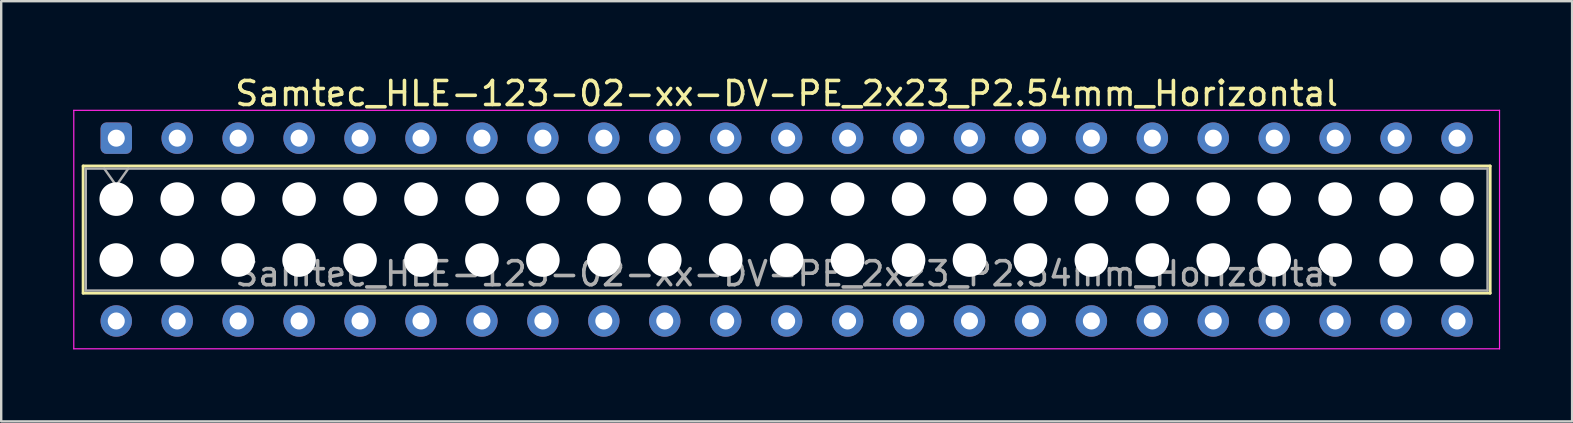
<source format=kicad_pcb>
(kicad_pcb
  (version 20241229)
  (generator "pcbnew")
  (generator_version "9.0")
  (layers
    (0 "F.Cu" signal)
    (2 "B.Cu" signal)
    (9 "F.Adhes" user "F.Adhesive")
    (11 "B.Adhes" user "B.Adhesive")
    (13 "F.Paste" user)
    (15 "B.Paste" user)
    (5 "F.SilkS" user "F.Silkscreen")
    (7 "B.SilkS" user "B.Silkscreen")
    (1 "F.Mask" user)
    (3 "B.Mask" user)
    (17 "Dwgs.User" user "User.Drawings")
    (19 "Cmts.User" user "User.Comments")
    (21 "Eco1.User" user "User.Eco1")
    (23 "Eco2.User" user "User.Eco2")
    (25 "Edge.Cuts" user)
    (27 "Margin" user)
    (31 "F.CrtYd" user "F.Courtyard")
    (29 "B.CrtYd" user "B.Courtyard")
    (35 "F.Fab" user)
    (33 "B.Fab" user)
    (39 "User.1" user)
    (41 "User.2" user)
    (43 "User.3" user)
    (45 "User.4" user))
  (footprint "Samtec_HLE-123-02-xx-DV-PE_2x23_P2.54mm_Horizontal"
    (layer "F.Cu")
    (at 1.795 2.708)
    (property "Reference" "Samtec_HLE-123-02-xx-DV-PE_2x23_P2.54mm_Horizontal" (at 27.94 -1.86 0) (layer "F.SilkS") (effects (font (size 1 1) (thickness 0.15))))
    (attr through_hole)
    (fp_line (start -1.38 1.16) (end 57.26 1.16) (stroke (width 0.12) (type solid)) (layer "F.SilkS"))
    (fp_line (start -1.38 6.46) (end -1.38 1.16) (stroke (width 0.12) (type solid)) (layer "F.SilkS"))
    (fp_line (start 57.26 1.16) (end 57.26 6.46) (stroke (width 0.12) (type solid)) (layer "F.SilkS"))
    (fp_line (start 57.26 6.46) (end -1.38 6.46) (stroke (width 0.12) (type solid)) (layer "F.SilkS"))
    (fp_line (start -1.77 -1.16) (end 57.65 -1.16) (stroke (width 0.05) (type solid)) (layer "F.CrtYd"))
    (fp_line (start -1.77 8.78) (end -1.77 -1.16) (stroke (width 0.05) (type solid)) (layer "F.CrtYd"))
    (fp_line (start 57.65 -1.16) (end 57.65 8.78) (stroke (width 0.05) (type solid)) (layer "F.CrtYd"))
    (fp_line (start 57.65 8.78) (end -1.77 8.78) (stroke (width 0.05) (type solid)) (layer "F.CrtYd"))
    (fp_line (start -1.27 1.27) (end 57.15 1.27) (stroke (width 0.1) (type solid)) (layer "F.Fab"))
    (fp_line (start -1.27 6.35) (end -1.27 1.27) (stroke (width 0.1) (type solid)) (layer "F.Fab"))
    (fp_line (start -0.5 1.27) (end 0 1.977) (stroke (width 0.1) (type solid)) (layer "F.Fab"))
    (fp_line (start 0 1.977) (end 0.5 1.27) (stroke (width 0.1) (type solid)) (layer "F.Fab"))
    (fp_line (start 57.15 1.27) (end 57.15 6.35) (stroke (width 0.1) (type solid)) (layer "F.Fab"))
    (fp_line (start 57.15 6.35) (end -1.27 6.35) (stroke (width 0.1) (type solid)) (layer "F.Fab"))
    (fp_text user "${REFERENCE}" (at 27.94 5.65 0) (layer "F.Fab") (effects (font (size 1 1) (thickness 0.15))))
    (pad "" np_thru_hole circle (at 0 2.54) (size 1.4 1.4) (drill 1.4) (layers "*.Cu" "*.Mask"))
    (pad "" np_thru_hole circle (at 0 5.08) (size 1.4 1.4) (drill 1.4) (layers "*.Cu" "*.Mask"))
    (pad "" np_thru_hole circle (at 2.54 2.54) (size 1.4 1.4) (drill 1.4) (layers "*.Cu" "*.Mask"))
    (pad "" np_thru_hole circle (at 2.54 5.08) (size 1.4 1.4) (drill 1.4) (layers "*.Cu" "*.Mask"))
    (pad "" np_thru_hole circle (at 5.08 2.54) (size 1.4 1.4) (drill 1.4) (layers "*.Cu" "*.Mask"))
    (pad "" np_thru_hole circle (at 5.08 5.08) (size 1.4 1.4) (drill 1.4) (layers "*.Cu" "*.Mask"))
    (pad "" np_thru_hole circle (at 7.62 2.54) (size 1.4 1.4) (drill 1.4) (layers "*.Cu" "*.Mask"))
    (pad "" np_thru_hole circle (at 7.62 5.08) (size 1.4 1.4) (drill 1.4) (layers "*.Cu" "*.Mask"))
    (pad "" np_thru_hole circle (at 10.16 2.54) (size 1.4 1.4) (drill 1.4) (layers "*.Cu" "*.Mask"))
    (pad "" np_thru_hole circle (at 10.16 5.08) (size 1.4 1.4) (drill 1.4) (layers "*.Cu" "*.Mask"))
    (pad "" np_thru_hole circle (at 12.7 2.54) (size 1.4 1.4) (drill 1.4) (layers "*.Cu" "*.Mask"))
    (pad "" np_thru_hole circle (at 12.7 5.08) (size 1.4 1.4) (drill 1.4) (layers "*.Cu" "*.Mask"))
    (pad "" np_thru_hole circle (at 15.24 2.54) (size 1.4 1.4) (drill 1.4) (layers "*.Cu" "*.Mask"))
    (pad "" np_thru_hole circle (at 15.24 5.08) (size 1.4 1.4) (drill 1.4) (layers "*.Cu" "*.Mask"))
    (pad "" np_thru_hole circle (at 17.78 2.54) (size 1.4 1.4) (drill 1.4) (layers "*.Cu" "*.Mask"))
    (pad "" np_thru_hole circle (at 17.78 5.08) (size 1.4 1.4) (drill 1.4) (layers "*.Cu" "*.Mask"))
    (pad "" np_thru_hole circle (at 20.32 2.54) (size 1.4 1.4) (drill 1.4) (layers "*.Cu" "*.Mask"))
    (pad "" np_thru_hole circle (at 20.32 5.08) (size 1.4 1.4) (drill 1.4) (layers "*.Cu" "*.Mask"))
    (pad "" np_thru_hole circle (at 22.86 2.54) (size 1.4 1.4) (drill 1.4) (layers "*.Cu" "*.Mask"))
    (pad "" np_thru_hole circle (at 22.86 5.08) (size 1.4 1.4) (drill 1.4) (layers "*.Cu" "*.Mask"))
    (pad "" np_thru_hole circle (at 25.4 2.54) (size 1.4 1.4) (drill 1.4) (layers "*.Cu" "*.Mask"))
    (pad "" np_thru_hole circle (at 25.4 5.08) (size 1.4 1.4) (drill 1.4) (layers "*.Cu" "*.Mask"))
    (pad "" np_thru_hole circle (at 27.94 2.54) (size 1.4 1.4) (drill 1.4) (layers "*.Cu" "*.Mask"))
    (pad "" np_thru_hole circle (at 27.94 5.08) (size 1.4 1.4) (drill 1.4) (layers "*.Cu" "*.Mask"))
    (pad "" np_thru_hole circle (at 30.48 2.54) (size 1.4 1.4) (drill 1.4) (layers "*.Cu" "*.Mask"))
    (pad "" np_thru_hole circle (at 30.48 5.08) (size 1.4 1.4) (drill 1.4) (layers "*.Cu" "*.Mask"))
    (pad "" np_thru_hole circle (at 33.02 2.54) (size 1.4 1.4) (drill 1.4) (layers "*.Cu" "*.Mask"))
    (pad "" np_thru_hole circle (at 33.02 5.08) (size 1.4 1.4) (drill 1.4) (layers "*.Cu" "*.Mask"))
    (pad "" np_thru_hole circle (at 35.56 2.54) (size 1.4 1.4) (drill 1.4) (layers "*.Cu" "*.Mask"))
    (pad "" np_thru_hole circle (at 35.56 5.08) (size 1.4 1.4) (drill 1.4) (layers "*.Cu" "*.Mask"))
    (pad "" np_thru_hole circle (at 38.1 2.54) (size 1.4 1.4) (drill 1.4) (layers "*.Cu" "*.Mask"))
    (pad "" np_thru_hole circle (at 38.1 5.08) (size 1.4 1.4) (drill 1.4) (layers "*.Cu" "*.Mask"))
    (pad "" np_thru_hole circle (at 40.64 2.54) (size 1.4 1.4) (drill 1.4) (layers "*.Cu" "*.Mask"))
    (pad "" np_thru_hole circle (at 40.64 5.08) (size 1.4 1.4) (drill 1.4) (layers "*.Cu" "*.Mask"))
    (pad "" np_thru_hole circle (at 43.18 2.54) (size 1.4 1.4) (drill 1.4) (layers "*.Cu" "*.Mask"))
    (pad "" np_thru_hole circle (at 43.18 5.08) (size 1.4 1.4) (drill 1.4) (layers "*.Cu" "*.Mask"))
    (pad "" np_thru_hole circle (at 45.72 2.54) (size 1.4 1.4) (drill 1.4) (layers "*.Cu" "*.Mask"))
    (pad "" np_thru_hole circle (at 45.72 5.08) (size 1.4 1.4) (drill 1.4) (layers "*.Cu" "*.Mask"))
    (pad "" np_thru_hole circle (at 48.26 2.54) (size 1.4 1.4) (drill 1.4) (layers "*.Cu" "*.Mask"))
    (pad "" np_thru_hole circle (at 48.26 5.08) (size 1.4 1.4) (drill 1.4) (layers "*.Cu" "*.Mask"))
    (pad "" np_thru_hole circle (at 50.8 2.54) (size 1.4 1.4) (drill 1.4) (layers "*.Cu" "*.Mask"))
    (pad "" np_thru_hole circle (at 50.8 5.08) (size 1.4 1.4) (drill 1.4) (layers "*.Cu" "*.Mask"))
    (pad "" np_thru_hole circle (at 53.34 2.54) (size 1.4 1.4) (drill 1.4) (layers "*.Cu" "*.Mask"))
    (pad "" np_thru_hole circle (at 53.34 5.08) (size 1.4 1.4) (drill 1.4) (layers "*.Cu" "*.Mask"))
    (pad "" np_thru_hole circle (at 55.88 2.54) (size 1.4 1.4) (drill 1.4) (layers "*.Cu" "*.Mask"))
    (pad "" np_thru_hole circle (at 55.88 5.08) (size 1.4 1.4) (drill 1.4) (layers "*.Cu" "*.Mask"))
    (pad "1" thru_hole roundrect (at 0 0) (size 1.31 1.31) (drill 0.71) (layers "*.Cu" "*.Mask") (roundrect_rratio 0.191))
    (pad "2" thru_hole circle (at 0 7.62) (size 1.31 1.31) (drill 0.71) (layers "*.Cu" "*.Mask"))
    (pad "3" thru_hole circle (at 2.54 0) (size 1.31 1.31) (drill 0.71) (layers "*.Cu" "*.Mask"))
    (pad "4" thru_hole circle (at 2.54 7.62) (size 1.31 1.31) (drill 0.71) (layers "*.Cu" "*.Mask"))
    (pad "5" thru_hole circle (at 5.08 0) (size 1.31 1.31) (drill 0.71) (layers "*.Cu" "*.Mask"))
    (pad "6" thru_hole circle (at 5.08 7.62) (size 1.31 1.31) (drill 0.71) (layers "*.Cu" "*.Mask"))
    (pad "7" thru_hole circle (at 7.62 0) (size 1.31 1.31) (drill 0.71) (layers "*.Cu" "*.Mask"))
    (pad "8" thru_hole circle (at 7.62 7.62) (size 1.31 1.31) (drill 0.71) (layers "*.Cu" "*.Mask"))
    (pad "9" thru_hole circle (at 10.16 0) (size 1.31 1.31) (drill 0.71) (layers "*.Cu" "*.Mask"))
    (pad "10" thru_hole circle (at 10.16 7.62) (size 1.31 1.31) (drill 0.71) (layers "*.Cu" "*.Mask"))
    (pad "11" thru_hole circle (at 12.7 0) (size 1.31 1.31) (drill 0.71) (layers "*.Cu" "*.Mask"))
    (pad "12" thru_hole circle (at 12.7 7.62) (size 1.31 1.31) (drill 0.71) (layers "*.Cu" "*.Mask"))
    (pad "13" thru_hole circle (at 15.24 0) (size 1.31 1.31) (drill 0.71) (layers "*.Cu" "*.Mask"))
    (pad "14" thru_hole circle (at 15.24 7.62) (size 1.31 1.31) (drill 0.71) (layers "*.Cu" "*.Mask"))
    (pad "15" thru_hole circle (at 17.78 0) (size 1.31 1.31) (drill 0.71) (layers "*.Cu" "*.Mask"))
    (pad "16" thru_hole circle (at 17.78 7.62) (size 1.31 1.31) (drill 0.71) (layers "*.Cu" "*.Mask"))
    (pad "17" thru_hole circle (at 20.32 0) (size 1.31 1.31) (drill 0.71) (layers "*.Cu" "*.Mask"))
    (pad "18" thru_hole circle (at 20.32 7.62) (size 1.31 1.31) (drill 0.71) (layers "*.Cu" "*.Mask"))
    (pad "19" thru_hole circle (at 22.86 0) (size 1.31 1.31) (drill 0.71) (layers "*.Cu" "*.Mask"))
    (pad "20" thru_hole circle (at 22.86 7.62) (size 1.31 1.31) (drill 0.71) (layers "*.Cu" "*.Mask"))
    (pad "21" thru_hole circle (at 25.4 0) (size 1.31 1.31) (drill 0.71) (layers "*.Cu" "*.Mask"))
    (pad "22" thru_hole circle (at 25.4 7.62) (size 1.31 1.31) (drill 0.71) (layers "*.Cu" "*.Mask"))
    (pad "23" thru_hole circle (at 27.94 0) (size 1.31 1.31) (drill 0.71) (layers "*.Cu" "*.Mask"))
    (pad "24" thru_hole circle (at 27.94 7.62) (size 1.31 1.31) (drill 0.71) (layers "*.Cu" "*.Mask"))
    (pad "25" thru_hole circle (at 30.48 0) (size 1.31 1.31) (drill 0.71) (layers "*.Cu" "*.Mask"))
    (pad "26" thru_hole circle (at 30.48 7.62) (size 1.31 1.31) (drill 0.71) (layers "*.Cu" "*.Mask"))
    (pad "27" thru_hole circle (at 33.02 0) (size 1.31 1.31) (drill 0.71) (layers "*.Cu" "*.Mask"))
    (pad "28" thru_hole circle (at 33.02 7.62) (size 1.31 1.31) (drill 0.71) (layers "*.Cu" "*.Mask"))
    (pad "29" thru_hole circle (at 35.56 0) (size 1.31 1.31) (drill 0.71) (layers "*.Cu" "*.Mask"))
    (pad "30" thru_hole circle (at 35.56 7.62) (size 1.31 1.31) (drill 0.71) (layers "*.Cu" "*.Mask"))
    (pad "31" thru_hole circle (at 38.1 0) (size 1.31 1.31) (drill 0.71) (layers "*.Cu" "*.Mask"))
    (pad "32" thru_hole circle (at 38.1 7.62) (size 1.31 1.31) (drill 0.71) (layers "*.Cu" "*.Mask"))
    (pad "33" thru_hole circle (at 40.64 0) (size 1.31 1.31) (drill 0.71) (layers "*.Cu" "*.Mask"))
    (pad "34" thru_hole circle (at 40.64 7.62) (size 1.31 1.31) (drill 0.71) (layers "*.Cu" "*.Mask"))
    (pad "35" thru_hole circle (at 43.18 0) (size 1.31 1.31) (drill 0.71) (layers "*.Cu" "*.Mask"))
    (pad "36" thru_hole circle (at 43.18 7.62) (size 1.31 1.31) (drill 0.71) (layers "*.Cu" "*.Mask"))
    (pad "37" thru_hole circle (at 45.72 0) (size 1.31 1.31) (drill 0.71) (layers "*.Cu" "*.Mask"))
    (pad "38" thru_hole circle (at 45.72 7.62) (size 1.31 1.31) (drill 0.71) (layers "*.Cu" "*.Mask"))
    (pad "39" thru_hole circle (at 48.26 0) (size 1.31 1.31) (drill 0.71) (layers "*.Cu" "*.Mask"))
    (pad "40" thru_hole circle (at 48.26 7.62) (size 1.31 1.31) (drill 0.71) (layers "*.Cu" "*.Mask"))
    (pad "41" thru_hole circle (at 50.8 0) (size 1.31 1.31) (drill 0.71) (layers "*.Cu" "*.Mask"))
    (pad "42" thru_hole circle (at 50.8 7.62) (size 1.31 1.31) (drill 0.71) (layers "*.Cu" "*.Mask"))
    (pad "43" thru_hole circle (at 53.34 0) (size 1.31 1.31) (drill 0.71) (layers "*.Cu" "*.Mask"))
    (pad "44" thru_hole circle (at 53.34 7.62) (size 1.31 1.31) (drill 0.71) (layers "*.Cu" "*.Mask"))
    (pad "45" thru_hole circle (at 55.88 0) (size 1.31 1.31) (drill 0.71) (layers "*.Cu" "*.Mask"))
    (pad "46" thru_hole circle (at 55.88 7.62) (size 1.31 1.31) (drill 0.71) (layers "*.Cu" "*.Mask")))
  (gr_rect
    (start -3 -3)
    (end 62.47 14.513)
    (stroke (width 0.1) (type default))
    (fill no)
    (layer "Edge.Cuts")))
</source>
